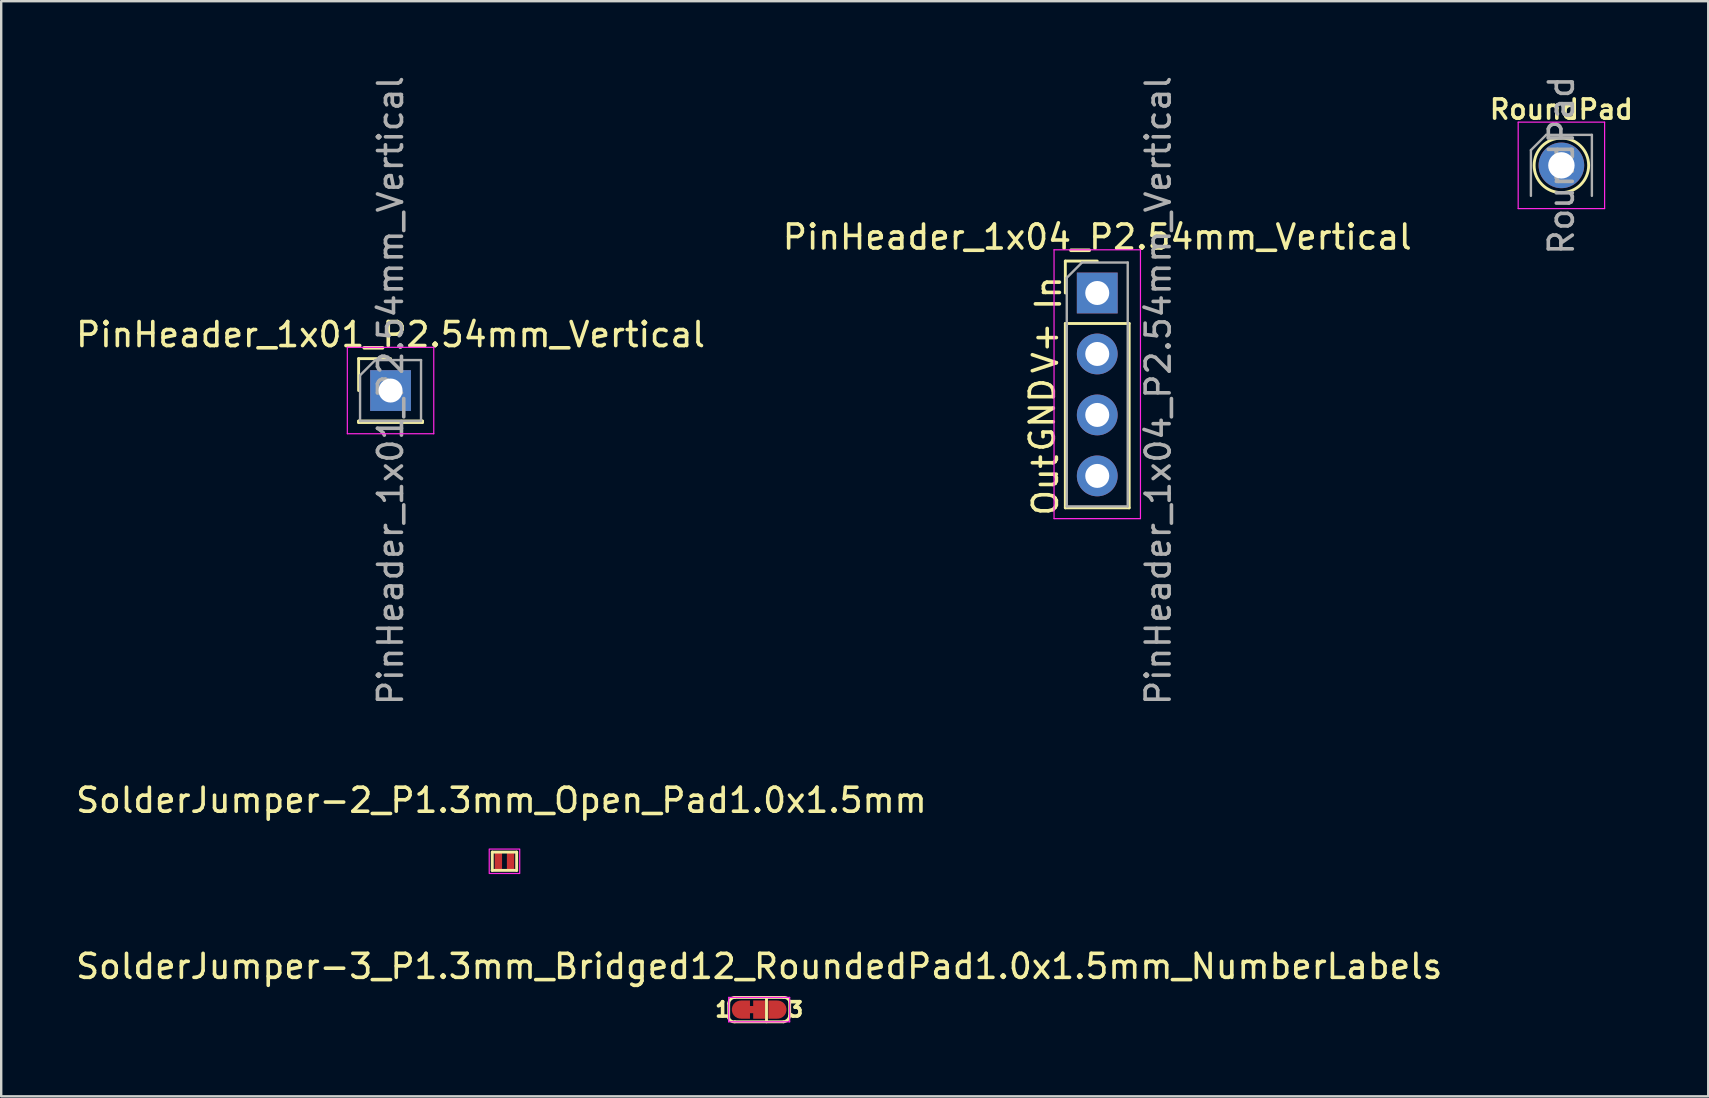
<source format=kicad_pcb>
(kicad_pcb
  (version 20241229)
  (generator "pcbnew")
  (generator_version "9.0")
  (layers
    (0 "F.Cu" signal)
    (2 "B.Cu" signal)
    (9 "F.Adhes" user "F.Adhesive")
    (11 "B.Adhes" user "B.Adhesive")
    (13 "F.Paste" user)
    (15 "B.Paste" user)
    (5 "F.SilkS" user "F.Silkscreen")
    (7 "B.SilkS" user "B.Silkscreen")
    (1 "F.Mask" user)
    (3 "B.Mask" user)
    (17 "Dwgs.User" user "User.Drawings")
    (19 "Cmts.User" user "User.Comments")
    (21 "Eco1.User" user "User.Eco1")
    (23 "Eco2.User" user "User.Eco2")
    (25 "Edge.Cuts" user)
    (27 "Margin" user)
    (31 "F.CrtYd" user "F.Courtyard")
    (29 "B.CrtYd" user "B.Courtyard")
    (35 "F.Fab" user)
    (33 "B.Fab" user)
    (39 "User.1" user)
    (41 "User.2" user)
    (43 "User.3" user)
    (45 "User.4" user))
  (footprint "PinHeader_1x01_P2.54mm_Vertical"
    (layer "F.Cu")
    (at 13.22 13.22)
    (property "Reference" "PinHeader_1x01_P2.54mm_Vertical" (at 0 -2.33 0) (layer "F.SilkS") (effects (font (size 1 1) (thickness 0.15))))
    (attr through_hole)
    (fp_line (start -1.33 -1.33) (end 0 -1.33) (stroke (width 0.12) (type solid)) (layer "F.SilkS"))
    (fp_line (start -1.33 0) (end -1.33 -1.33) (stroke (width 0.12) (type solid)) (layer "F.SilkS"))
    (fp_line (start -1.33 1.27) (end -1.33 1.33) (stroke (width 0.12) (type solid)) (layer "F.SilkS"))
    (fp_line (start -1.33 1.27) (end 1.33 1.27) (stroke (width 0.12) (type solid)) (layer "F.SilkS"))
    (fp_line (start -1.33 1.33) (end 1.33 1.33) (stroke (width 0.12) (type solid)) (layer "F.SilkS"))
    (fp_line (start 1.33 1.27) (end 1.33 1.33) (stroke (width 0.12) (type solid)) (layer "F.SilkS"))
    (fp_line (start -1.8 -1.8) (end -1.8 1.8) (stroke (width 0.05) (type solid)) (layer "F.CrtYd"))
    (fp_line (start -1.8 1.8) (end 1.8 1.8) (stroke (width 0.05) (type solid)) (layer "F.CrtYd"))
    (fp_line (start 1.8 -1.8) (end -1.8 -1.8) (stroke (width 0.05) (type solid)) (layer "F.CrtYd"))
    (fp_line (start 1.8 1.8) (end 1.8 -1.8) (stroke (width 0.05) (type solid)) (layer "F.CrtYd"))
    (fp_line (start -1.27 -0.635) (end -0.635 -1.27) (stroke (width 0.1) (type solid)) (layer "F.Fab"))
    (fp_line (start -1.27 1.27) (end -1.27 -0.635) (stroke (width 0.1) (type solid)) (layer "F.Fab"))
    (fp_line (start -0.635 -1.27) (end 1.27 -1.27) (stroke (width 0.1) (type solid)) (layer "F.Fab"))
    (fp_line (start 1.27 -1.27) (end 1.27 1.27) (stroke (width 0.1) (type solid)) (layer "F.Fab"))
    (fp_line (start 1.27 1.27) (end -1.27 1.27) (stroke (width 0.1) (type solid)) (layer "F.Fab"))
    (fp_text user "${REFERENCE}" (at 0 0 90) (layer "F.Fab") (effects (font (size 1 1) (thickness 0.15))))
    (pad "1" thru_hole rect (at 0 0) (size 1.7 1.7) (drill 1) (layers "*.Cu" "*.Mask")))
  (footprint "SolderJumper-3_P1.3mm_Bridged12_RoundedPad1.0x1.5mm_NumberLabels"
    (layer "F.Cu")
    (at 28.577 39.01)
    (property "Reference" "SolderJumper-3_P1.3mm_Bridged12_RoundedPad1.0x1.5mm_NumberLabels" (at 0 -1.8 0) (layer "F.SilkS") (effects (font (size 1 1) (thickness 0.15))))
    (attr smd exclude_from_pos_files exclude_from_bom)
    (fp_line (start -0.508 0) (end -0.25 0) (stroke (width 0.3) (type solid)) (layer "F.Cu"))
    (fp_line (start -1.27 0.346) (end -1.27 -0.254) (stroke (width 0.12) (type solid)) (layer "F.SilkS"))
    (fp_line (start -1.016 -0.508) (end 1.016 -0.508) (stroke (width 0.12) (type solid)) (layer "F.SilkS"))
    (fp_line (start 0.305 -0.508) (end 0.305 0.508) (stroke (width 0.12) (type solid)) (layer "F.SilkS"))
    (fp_line (start 1.016 0.508) (end -1.016 0.508) (stroke (width 0.12) (type solid)) (layer "F.SilkS"))
    (fp_line (start 1.27 -0.335) (end 1.27 0.265) (stroke (width 0.12) (type solid)) (layer "F.SilkS"))
    (fp_arc (start -1.27 -0.254) (mid -1.192718 -0.430718) (end -1.016 -0.508) (stroke (width 0.12) (type solid)) (layer "F.SilkS"))
    (fp_arc (start -1.016 0.508) (mid -1.172225 0.472822) (end -1.27 0.346) (stroke (width 0.12) (type solid)) (layer "F.SilkS"))
    (fp_arc (start 1.016 -0.508) (mid 1.173545 -0.466259) (end 1.27 -0.334886) (stroke (width 0.12) (type solid)) (layer "F.SilkS"))
    (fp_arc (start 1.27 0.254) (mid 1.186928 0.424928) (end 1.016 0.508) (stroke (width 0.12) (type solid)) (layer "F.SilkS"))
    (fp_line (start -1.27 -0.508) (end -1.27 0.508) (stroke (width 0.05) (type solid)) (layer "F.CrtYd"))
    (fp_line (start -1.27 -0.508) (end 1.27 -0.508) (stroke (width 0.05) (type solid)) (layer "F.CrtYd"))
    (fp_line (start 1.27 0.508) (end -1.27 0.508) (stroke (width 0.05) (type solid)) (layer "F.CrtYd"))
    (fp_line (start 1.27 0.508) (end 1.27 -0.508) (stroke (width 0.05) (type solid)) (layer "F.CrtYd"))
    (fp_text user "1" (at -1.524 0 0) (layer "F.SilkS") (effects (font (size 0.6 0.6) (thickness 0.15))))
    (fp_text user "3" (at 1.524 0 0) (layer "F.SilkS") (effects (font (size 0.6 0.6) (thickness 0.15))))
    (pad "1" smd custom (at -0.574 0 180) (size 0.381 0.76) (layers "F.Cu" "F.Mask") (options (anchor rect)) (primitives (gr_circle (center 0.188 0) (end 0.567 0) (width 0) (fill yes))))
    (pad "2" smd rect (at 0 0) (size 0.5 0.762) (layers "F.Cu" "F.Mask"))
    (pad "3" smd custom (at 0.572 0) (size 0.381 0.76) (layers "F.Cu" "F.Mask") (options (anchor rect)) (primitives (gr_circle (center 0.188 0) (end 0.567 0) (width 0) (fill yes)))))
  (footprint "RoundPad"
    (layer "F.Cu")
    (at 61.997 3.839)
    (property "Reference" "RoundPad" (at 0 -2.33 0) (layer "F.SilkS") (effects (font (size 0.8 0.8) (thickness 0.15))))
    (attr through_hole)
    (fp_circle (center 0 0) (end 1.016 0.508) (stroke (width 0.12) (type solid)) (fill no) (layer "F.SilkS"))
    (fp_line (start -1.8 -1.8) (end -1.8 1.8) (stroke (width 0.05) (type solid)) (layer "F.CrtYd"))
    (fp_line (start -1.8 1.8) (end 1.8 1.8) (stroke (width 0.05) (type solid)) (layer "F.CrtYd"))
    (fp_line (start 1.8 -1.8) (end -1.8 -1.8) (stroke (width 0.05) (type solid)) (layer "F.CrtYd"))
    (fp_line (start 1.8 1.8) (end 1.8 -1.8) (stroke (width 0.05) (type solid)) (layer "F.CrtYd"))
    (fp_line (start -1.27 -0.635) (end -0.635 -1.27) (stroke (width 0.1) (type solid)) (layer "F.Fab"))
    (fp_line (start -1.27 1.27) (end -1.27 -0.635) (stroke (width 0.1) (type solid)) (layer "F.Fab"))
    (fp_line (start -0.635 -1.27) (end 1.27 -1.27) (stroke (width 0.1) (type solid)) (layer "F.Fab"))
    (fp_line (start 1.27 -1.27) (end 1.27 1.27) (stroke (width 0.1) (type solid)) (layer "F.Fab"))
    (fp_text user "${REFERENCE}" (at 0 0 90) (layer "F.Fab") (effects (font (size 1 1) (thickness 0.15))))
    (pad "1" thru_hole circle (at 0 0) (size 1.9 1.9) (drill 1.1) (layers "*.Cu" "*.Mask")))
  (footprint "SolderJumper-2_P1.3mm_Open_Pad1.0x1.5mm"
    (layer "F.Cu")
    (at 17.966 32.829)
    (property "Reference" "SolderJumper-2_P1.3mm_Open_Pad1.0x1.5mm" (at -0.127 -2.54 0) (layer "F.SilkS") (effects (font (size 1 1) (thickness 0.15))))
    (attr exclude_from_pos_files exclude_from_bom)
    (fp_line (start -0.508 -0.381) (end 0.508 -0.381) (stroke (width 0.12) (type solid)) (layer "F.SilkS"))
    (fp_line (start -0.508 0.381) (end -0.508 -0.381) (stroke (width 0.12) (type solid)) (layer "F.SilkS"))
    (fp_line (start 0.508 -0.381) (end 0.508 0.381) (stroke (width 0.12) (type solid)) (layer "F.SilkS"))
    (fp_line (start 0.508 0.381) (end -0.514 0.381) (stroke (width 0.12) (type solid)) (layer "F.SilkS"))
    (fp_rect (start -0.635 -0.508) (end 0.635 0.508) (stroke (width 0.05) (type solid)) (fill no) (layer "F.CrtYd"))
    (pad "1" smd rect (at -0.254 0) (size 0.306 0.693) (layers "F.Cu" "F.Mask"))
    (pad "2" smd rect (at 0.254 0) (size 0.306 0.699) (layers "F.Cu" "F.Mask")))
  (footprint "PinHeader_1x04_P2.54mm_Vertical"
    (layer "F.Cu")
    (at 42.661 9.156)
    (property "Reference" "PinHeader_1x04_P2.54mm_Vertical" (at 0 -2.33 0) (layer "F.SilkS") (effects (font (size 1 1) (thickness 0.15))))
    (attr through_hole)
    (fp_line (start -1.33 -1.33) (end 0 -1.33) (stroke (width 0.12) (type solid)) (layer "F.SilkS"))
    (fp_line (start -1.33 0) (end -1.33 -1.33) (stroke (width 0.12) (type solid)) (layer "F.SilkS"))
    (fp_line (start -1.33 1.27) (end -1.33 8.95) (stroke (width 0.12) (type solid)) (layer "F.SilkS"))
    (fp_line (start -1.33 1.27) (end 1.33 1.27) (stroke (width 0.12) (type solid)) (layer "F.SilkS"))
    (fp_line (start -1.33 8.95) (end 1.33 8.95) (stroke (width 0.12) (type solid)) (layer "F.SilkS"))
    (fp_line (start 1.33 1.27) (end 1.33 8.95) (stroke (width 0.12) (type solid)) (layer "F.SilkS"))
    (fp_line (start -1.8 -1.8) (end -1.8 9.4) (stroke (width 0.05) (type solid)) (layer "F.CrtYd"))
    (fp_line (start -1.8 9.4) (end 1.8 9.4) (stroke (width 0.05) (type solid)) (layer "F.CrtYd"))
    (fp_line (start 1.8 -1.8) (end -1.8 -1.8) (stroke (width 0.05) (type solid)) (layer "F.CrtYd"))
    (fp_line (start 1.8 9.4) (end 1.8 -1.8) (stroke (width 0.05) (type solid)) (layer "F.CrtYd"))
    (fp_line (start -1.27 -0.635) (end -0.635 -1.27) (stroke (width 0.1) (type solid)) (layer "F.Fab"))
    (fp_line (start -1.27 8.89) (end -1.27 -0.635) (stroke (width 0.1) (type solid)) (layer "F.Fab"))
    (fp_line (start -0.635 -1.27) (end 1.27 -1.27) (stroke (width 0.1) (type solid)) (layer "F.Fab"))
    (fp_line (start 1.27 -1.27) (end 1.27 8.89) (stroke (width 0.1) (type solid)) (layer "F.Fab"))
    (fp_line (start 1.27 8.89) (end -1.27 8.89) (stroke (width 0.1) (type solid)) (layer "F.Fab"))
    (fp_text user "GND" (at -2.286 5.08 90) (unlocked yes) (layer "F.SilkS") (effects (font (size 1 1) (thickness 0.15))))
    (fp_text user "Out" (at -2.159 8.001 90) (unlocked yes) (layer "F.SilkS") (effects (font (size 1 1) (thickness 0.15))))
    (fp_text user "In" (at -2.032 0 90) (unlocked yes) (layer "F.SilkS") (effects (font (size 1 1) (thickness 0.15))))
    (fp_text user "V+" (at -2.159 2.286 90) (unlocked yes) (layer "F.SilkS") (effects (font (size 1 1) (thickness 0.15))))
    (fp_text user "${REFERENCE}" (at 2.54 4.064 90) (layer "F.Fab") (effects (font (size 1 1) (thickness 0.15))))
    (pad "1" thru_hole rect (at 0 0) (size 1.7 1.7) (drill 1) (layers "*.Cu" "*.Mask"))
    (pad "2" thru_hole oval (at 0 2.54) (size 1.7 1.7) (drill 1) (layers "*.Cu" "*.Mask"))
    (pad "3" thru_hole oval (at 0 5.08) (size 1.7 1.7) (drill 1) (layers "*.Cu" "*.Mask"))
    (pad "4" thru_hole oval (at 0 7.62) (size 1.7 1.7) (drill 1) (layers "*.Cu" "*.Mask")))
  (gr_rect
    (start -3 -3)
    (end 68.114 42.624)
    (stroke (width 0.1) (type default))
    (fill no)
    (layer "Edge.Cuts")))
</source>
